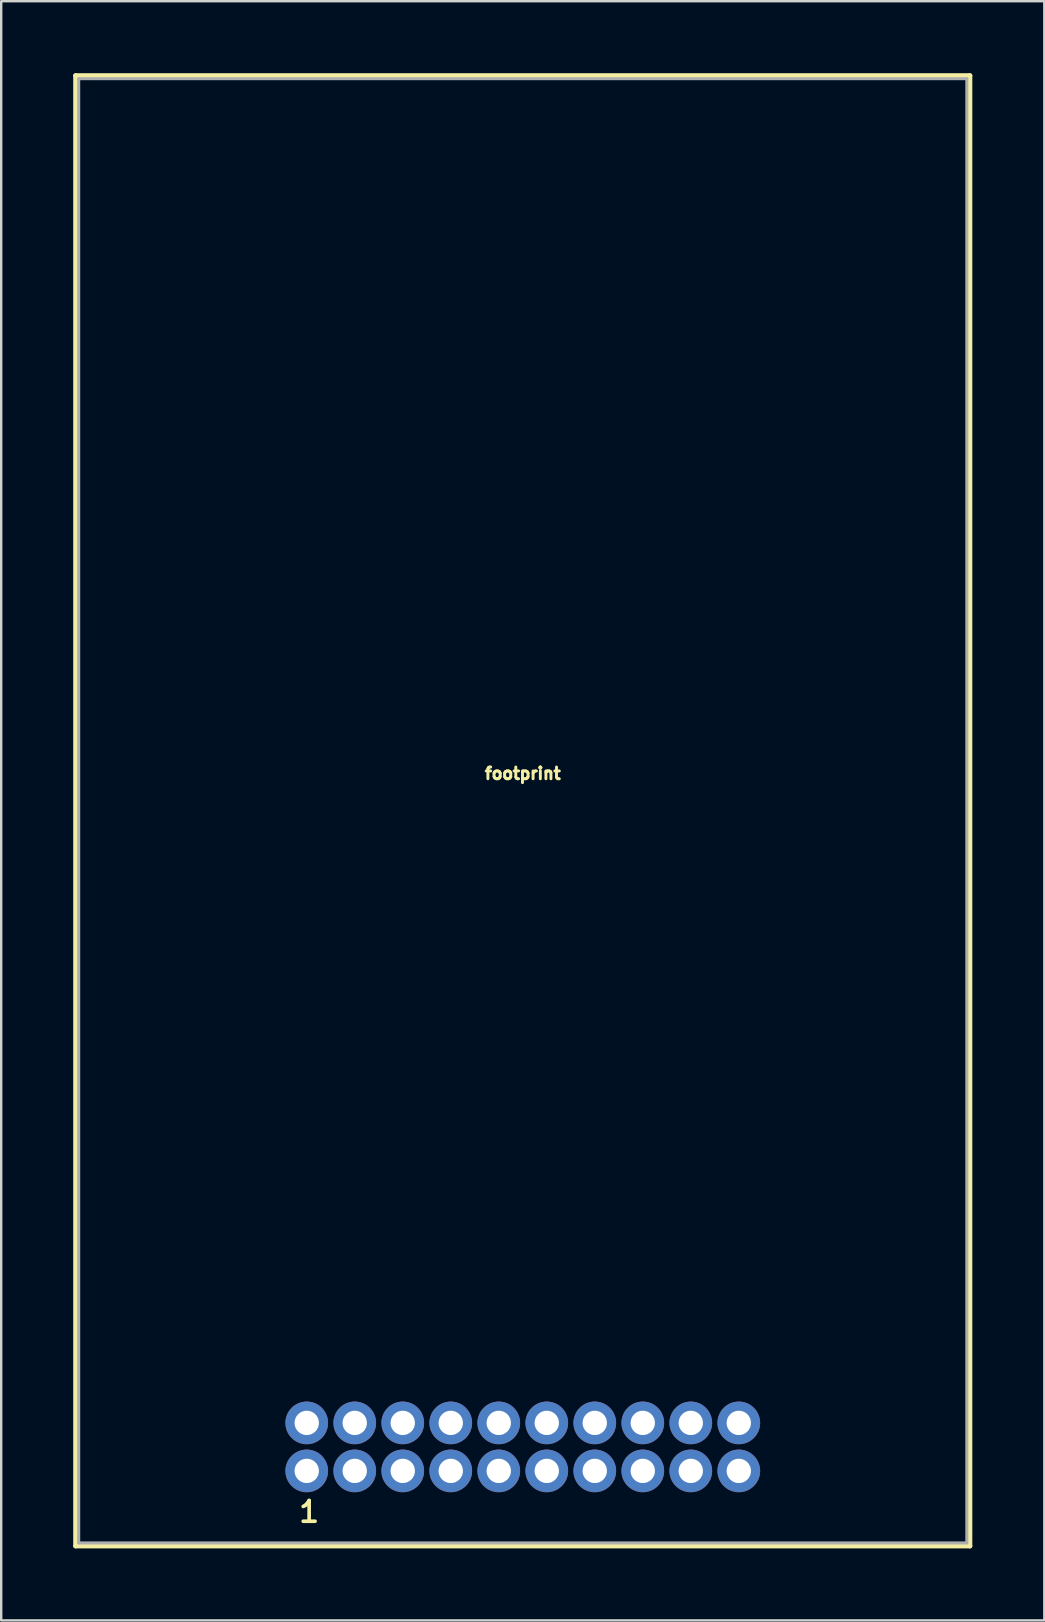
<source format=kicad_pcb>
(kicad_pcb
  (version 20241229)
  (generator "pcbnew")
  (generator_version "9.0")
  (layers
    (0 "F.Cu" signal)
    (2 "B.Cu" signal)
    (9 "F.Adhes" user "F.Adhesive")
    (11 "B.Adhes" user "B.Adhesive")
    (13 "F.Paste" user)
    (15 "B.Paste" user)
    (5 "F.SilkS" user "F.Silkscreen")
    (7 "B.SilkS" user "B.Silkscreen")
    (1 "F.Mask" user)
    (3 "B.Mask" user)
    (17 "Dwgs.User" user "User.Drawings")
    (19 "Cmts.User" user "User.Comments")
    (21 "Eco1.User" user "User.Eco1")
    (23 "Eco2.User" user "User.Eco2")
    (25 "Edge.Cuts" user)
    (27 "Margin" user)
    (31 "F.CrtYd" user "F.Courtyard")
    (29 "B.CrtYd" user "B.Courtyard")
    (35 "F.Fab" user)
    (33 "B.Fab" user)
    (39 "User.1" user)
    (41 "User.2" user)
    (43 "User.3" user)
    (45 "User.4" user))
  (footprint "footprint"
    (layer "F.Cu")
    (at 18.729 30.729)
    (property "Reference" "footprint" (at 0 -1.27 0) (layer "F.SilkS") (effects (font (size 0.488 0.488) (thickness 0.122)) (justify bottom)))
    (fp_line (start -18.627 -30.627) (end 18.627 -30.627) (stroke (width 0.203) (type solid)) (layer "F.SilkS"))
    (fp_line (start -18.627 30.627) (end -18.627 -30.627) (stroke (width 0.203) (type solid)) (layer "F.SilkS"))
    (fp_line (start -18.627 30.627) (end 18.627 30.627) (stroke (width 0.203) (type solid)) (layer "F.SilkS"))
    (fp_line (start 18.627 30.627) (end 18.627 -30.627) (stroke (width 0.203) (type solid)) (layer "F.SilkS"))
    (fp_line (start -18.5 -30.5) (end 18.5 -30.5) (stroke (width 0.127) (type solid)) (layer "F.Fab"))
    (fp_line (start -18.5 30.5) (end -18.5 -30.5) (stroke (width 0.127) (type solid)) (layer "F.Fab"))
    (fp_line (start -18.5 30.5) (end 18.5 30.5) (stroke (width 0.127) (type solid)) (layer "F.Fab"))
    (fp_line (start 18.5 30.5) (end 18.5 -30.5) (stroke (width 0.127) (type solid)) (layer "F.Fab"))
    (fp_text user "1" (at -8.9 28.7 0) (layer "F.SilkS") (effects (font (size 0.864 0.864) (thickness 0.152)) (justify top)))
    (pad "1" thru_hole circle (at -9 27.5) (size 1.778 1.778) (drill 1.016) (layers "*.Cu" "*.Mask"))
    (pad "2" thru_hole circle (at -9 25.5) (size 1.778 1.778) (drill 1.016) (layers "*.Cu" "*.Mask"))
    (pad "3" thru_hole circle (at -7 27.5) (size 1.778 1.778) (drill 1.016) (layers "*.Cu" "*.Mask"))
    (pad "4" thru_hole circle (at -7 25.5) (size 1.778 1.778) (drill 1.016) (layers "*.Cu" "*.Mask"))
    (pad "5" thru_hole circle (at -5 27.5) (size 1.778 1.778) (drill 1.016) (layers "*.Cu" "*.Mask"))
    (pad "6" thru_hole circle (at -5 25.5) (size 1.778 1.778) (drill 1.016) (layers "*.Cu" "*.Mask"))
    (pad "7" thru_hole circle (at -3 27.5) (size 1.778 1.778) (drill 1.016) (layers "*.Cu" "*.Mask"))
    (pad "8" thru_hole circle (at -3 25.5) (size 1.778 1.778) (drill 1.016) (layers "*.Cu" "*.Mask"))
    (pad "9" thru_hole circle (at -1 27.5) (size 1.778 1.778) (drill 1.016) (layers "*.Cu" "*.Mask"))
    (pad "10" thru_hole circle (at -1 25.5) (size 1.778 1.778) (drill 1.016) (layers "*.Cu" "*.Mask"))
    (pad "11" thru_hole circle (at 1 27.5) (size 1.778 1.778) (drill 1.016) (layers "*.Cu" "*.Mask"))
    (pad "12" thru_hole circle (at 1 25.5) (size 1.778 1.778) (drill 1.016) (layers "*.Cu" "*.Mask"))
    (pad "13" thru_hole circle (at 3 27.5) (size 1.778 1.778) (drill 1.016) (layers "*.Cu" "*.Mask"))
    (pad "14" thru_hole circle (at 3 25.5) (size 1.778 1.778) (drill 1.016) (layers "*.Cu" "*.Mask"))
    (pad "15" thru_hole circle (at 5 27.5) (size 1.778 1.778) (drill 1.016) (layers "*.Cu" "*.Mask"))
    (pad "16" thru_hole circle (at 5 25.5) (size 1.778 1.778) (drill 1.016) (layers "*.Cu" "*.Mask"))
    (pad "17" thru_hole circle (at 7 27.5) (size 1.778 1.778) (drill 1.016) (layers "*.Cu" "*.Mask"))
    (pad "18" thru_hole circle (at 7 25.5) (size 1.778 1.778) (drill 1.016) (layers "*.Cu" "*.Mask"))
    (pad "19" thru_hole circle (at 9 27.5) (size 1.778 1.778) (drill 1.016) (layers "*.Cu" "*.Mask"))
    (pad "20" thru_hole circle (at 9 25.5) (size 1.778 1.778) (drill 1.016) (layers "*.Cu" "*.Mask")))
  (gr_rect
    (start -3 -3)
    (end 40.457 64.457)
    (stroke (width 0.1) (type default))
    (fill no)
    (layer "Edge.Cuts")))
</source>
